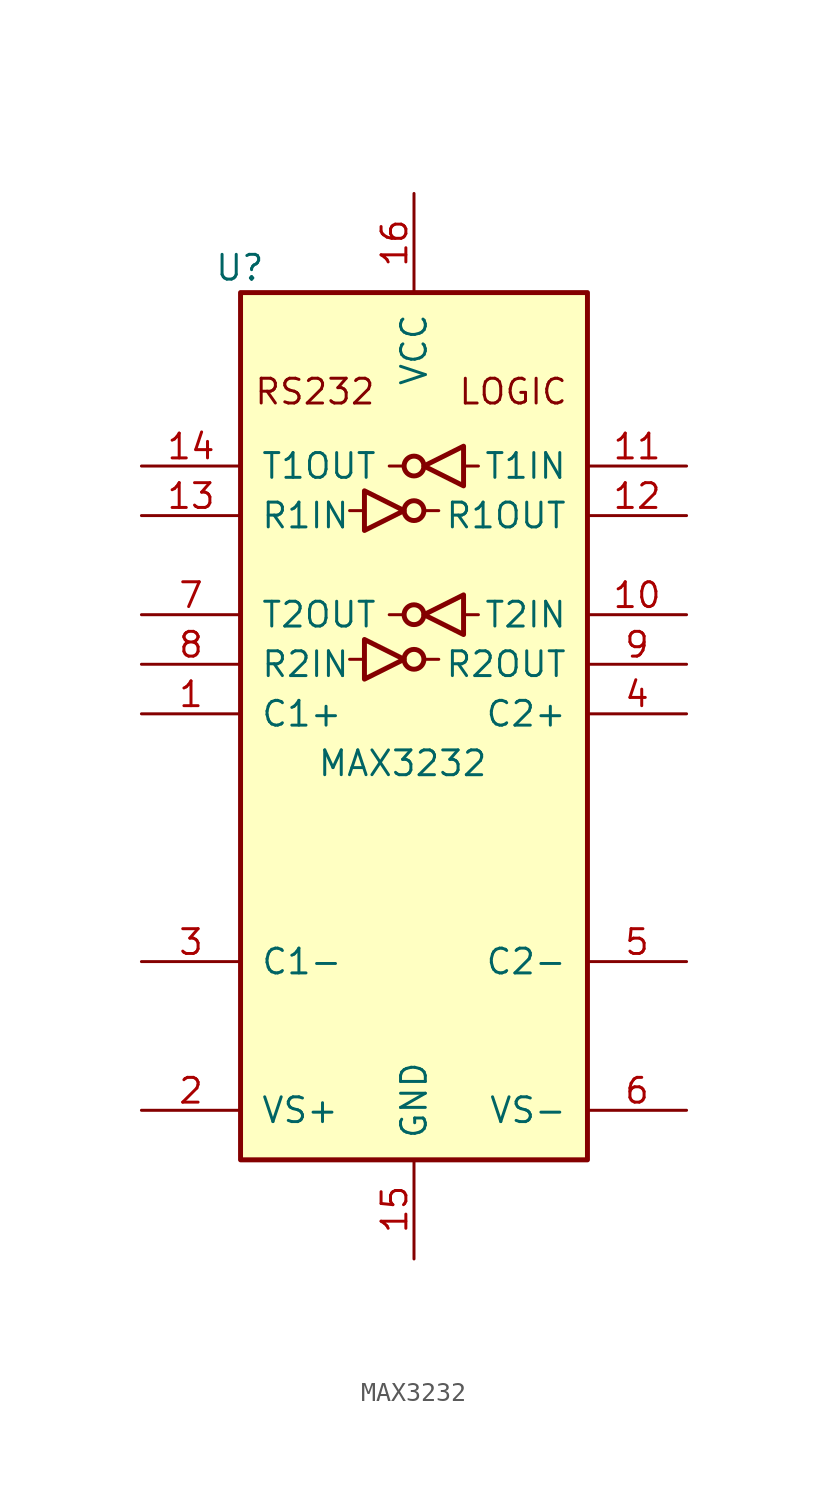
<source format=kicad_sym>
(kicad_symbol_lib
  (version 20220914)
  (generator kicad_symbol_editor)
  (symbol "MAX3232"
    (pin_names
      (offset 1.016))
    (property "Reference" "U"
      (at -7.62 24.13 0)
      (effects (font (size 1.27 1.27)) (justify right)))
    (property "Value" "MAX3232"
      (at 3.81 -1.27 0)
      (effects (font (size 1.27 1.27)) (justify right)))
    (symbol "MAX3232_0_0"
      (text "LOGIC" (at 5.08 17.78 0) (effects (font (size 1.27 1.27))))
      (text "RS232" (at -5.08 17.78 0) (effects (font (size 1.27 1.27)))))
    (symbol "MAX3232_0_1"
      (rectangle (start -8.89 22.86) (end 8.89 -21.59) (stroke (width 0.254) (type default)) (fill (type background)))
      (polyline (pts (xy -3.302 4.064) (xy -2.54 4.064)) (stroke (width 0) (type default)) (fill (type none)))
      (polyline (pts (xy -3.302 11.684) (xy -2.54 11.684)) (stroke (width 0) (type default)) (fill (type none)))
      (polyline (pts (xy -1.27 6.35) (xy -0.508 6.35)) (stroke (width 0) (type default)) (fill (type none)))
      (polyline (pts (xy -1.27 13.97) (xy -0.508 13.97)) (stroke (width 0) (type default)) (fill (type none)))
      (polyline (pts (xy 0.508 4.064) (xy 1.27 4.064)) (stroke (width 0) (type default)) (fill (type none)))
      (polyline (pts (xy 0.508 11.684) (xy 1.27 11.684)) (stroke (width 0) (type default)) (fill (type none)))
      (polyline (pts (xy 2.54 6.35) (xy 3.302 6.35)) (stroke (width 0) (type default)) (fill (type none)))
      (polyline (pts (xy 2.54 13.97) (xy 3.302 13.97)) (stroke (width 0) (type default)) (fill (type none)))
      (polyline (pts (xy -2.54 5.08) (xy -2.54 3.048) (xy -0.508 4.064) (xy -2.54 5.08)) (stroke (width 0.254) (type default)) (fill (type none)))
      (polyline (pts (xy -2.54 12.7) (xy -2.54 10.668) (xy -0.508 11.684) (xy -2.54 12.7)) (stroke (width 0.254) (type default)) (fill (type none)))
      (polyline (pts (xy 2.54 5.334) (xy 2.54 7.366) (xy 0.508 6.35) (xy 2.54 5.334)) (stroke (width 0.254) (type default)) (fill (type none)))
      (polyline (pts (xy 2.54 12.954) (xy 2.54 14.986) (xy 0.508 13.97) (xy 2.54 12.954)) (stroke (width 0.254) (type default)) (fill (type none)))
      (circle (center 0 4.064) (radius 0.508) (stroke (width 0.254) (type default)) (fill (type none)))
      (circle (center 0 6.35) (radius 0.508) (stroke (width 0.254) (type default)) (fill (type none)))
      (circle (center 0 11.684) (radius 0.508) (stroke (width 0.254) (type default)) (fill (type none)))
      (circle (center 0 13.97) (radius 0.508) (stroke (width 0.254) (type default)) (fill (type none))))
    (symbol "MAX3232_1_1"
      (pin passive line (at -13.97 1.27 0) (length 5.08) (name "C1+" (effects (font (size 1.27 1.27)))) (number "1" (effects (font (size 1.27 1.27)))))
      (pin input line (at 13.97 6.35 180) (length 5.08) (name "T2IN" (effects (font (size 1.27 1.27)))) (number "10" (effects (font (size 1.27 1.27)))))
      (pin input line (at 13.97 13.97 180) (length 5.08) (name "T1IN" (effects (font (size 1.27 1.27)))) (number "11" (effects (font (size 1.27 1.27)))))
      (pin output line (at 13.97 11.43 180) (length 5.08) (name "R1OUT" (effects (font (size 1.27 1.27)))) (number "12" (effects (font (size 1.27 1.27)))))
      (pin input line (at -13.97 11.43 0) (length 5.08) (name "R1IN" (effects (font (size 1.27 1.27)))) (number "13" (effects (font (size 1.27 1.27)))))
      (pin output line (at -13.97 13.97 0) (length 5.08) (name "T1OUT" (effects (font (size 1.27 1.27)))) (number "14" (effects (font (size 1.27 1.27)))))
      (pin power_in line (at 0 -26.67 90) (length 5.08) (name "GND" (effects (font (size 1.27 1.27)))) (number "15" (effects (font (size 1.27 1.27)))))
      (pin power_in line (at 0 27.94 270) (length 5.08) (name "VCC" (effects (font (size 1.27 1.27)))) (number "16" (effects (font (size 1.27 1.27)))))
      (pin power_out line (at -13.97 -19.05 0) (length 5.08) (name "VS+" (effects (font (size 1.27 1.27)))) (number "2" (effects (font (size 1.27 1.27)))))
      (pin passive line (at -13.97 -11.43 0) (length 5.08) (name "C1-" (effects (font (size 1.27 1.27)))) (number "3" (effects (font (size 1.27 1.27)))))
      (pin passive line (at 13.97 1.27 180) (length 5.08) (name "C2+" (effects (font (size 1.27 1.27)))) (number "4" (effects (font (size 1.27 1.27)))))
      (pin passive line (at 13.97 -11.43 180) (length 5.08) (name "C2-" (effects (font (size 1.27 1.27)))) (number "5" (effects (font (size 1.27 1.27)))))
      (pin power_out line (at 13.97 -19.05 180) (length 5.08) (name "VS-" (effects (font (size 1.27 1.27)))) (number "6" (effects (font (size 1.27 1.27)))))
      (pin output line (at -13.97 6.35 0) (length 5.08) (name "T2OUT" (effects (font (size 1.27 1.27)))) (number "7" (effects (font (size 1.27 1.27)))))
      (pin input line (at -13.97 3.81 0) (length 5.08) (name "R2IN" (effects (font (size 1.27 1.27)))) (number "8" (effects (font (size 1.27 1.27)))))
      (pin output line (at 13.97 3.81 180) (length 5.08) (name "R2OUT" (effects (font (size 1.27 1.27)))) (number "9" (effects (font (size 1.27 1.27))))))))
</source>
